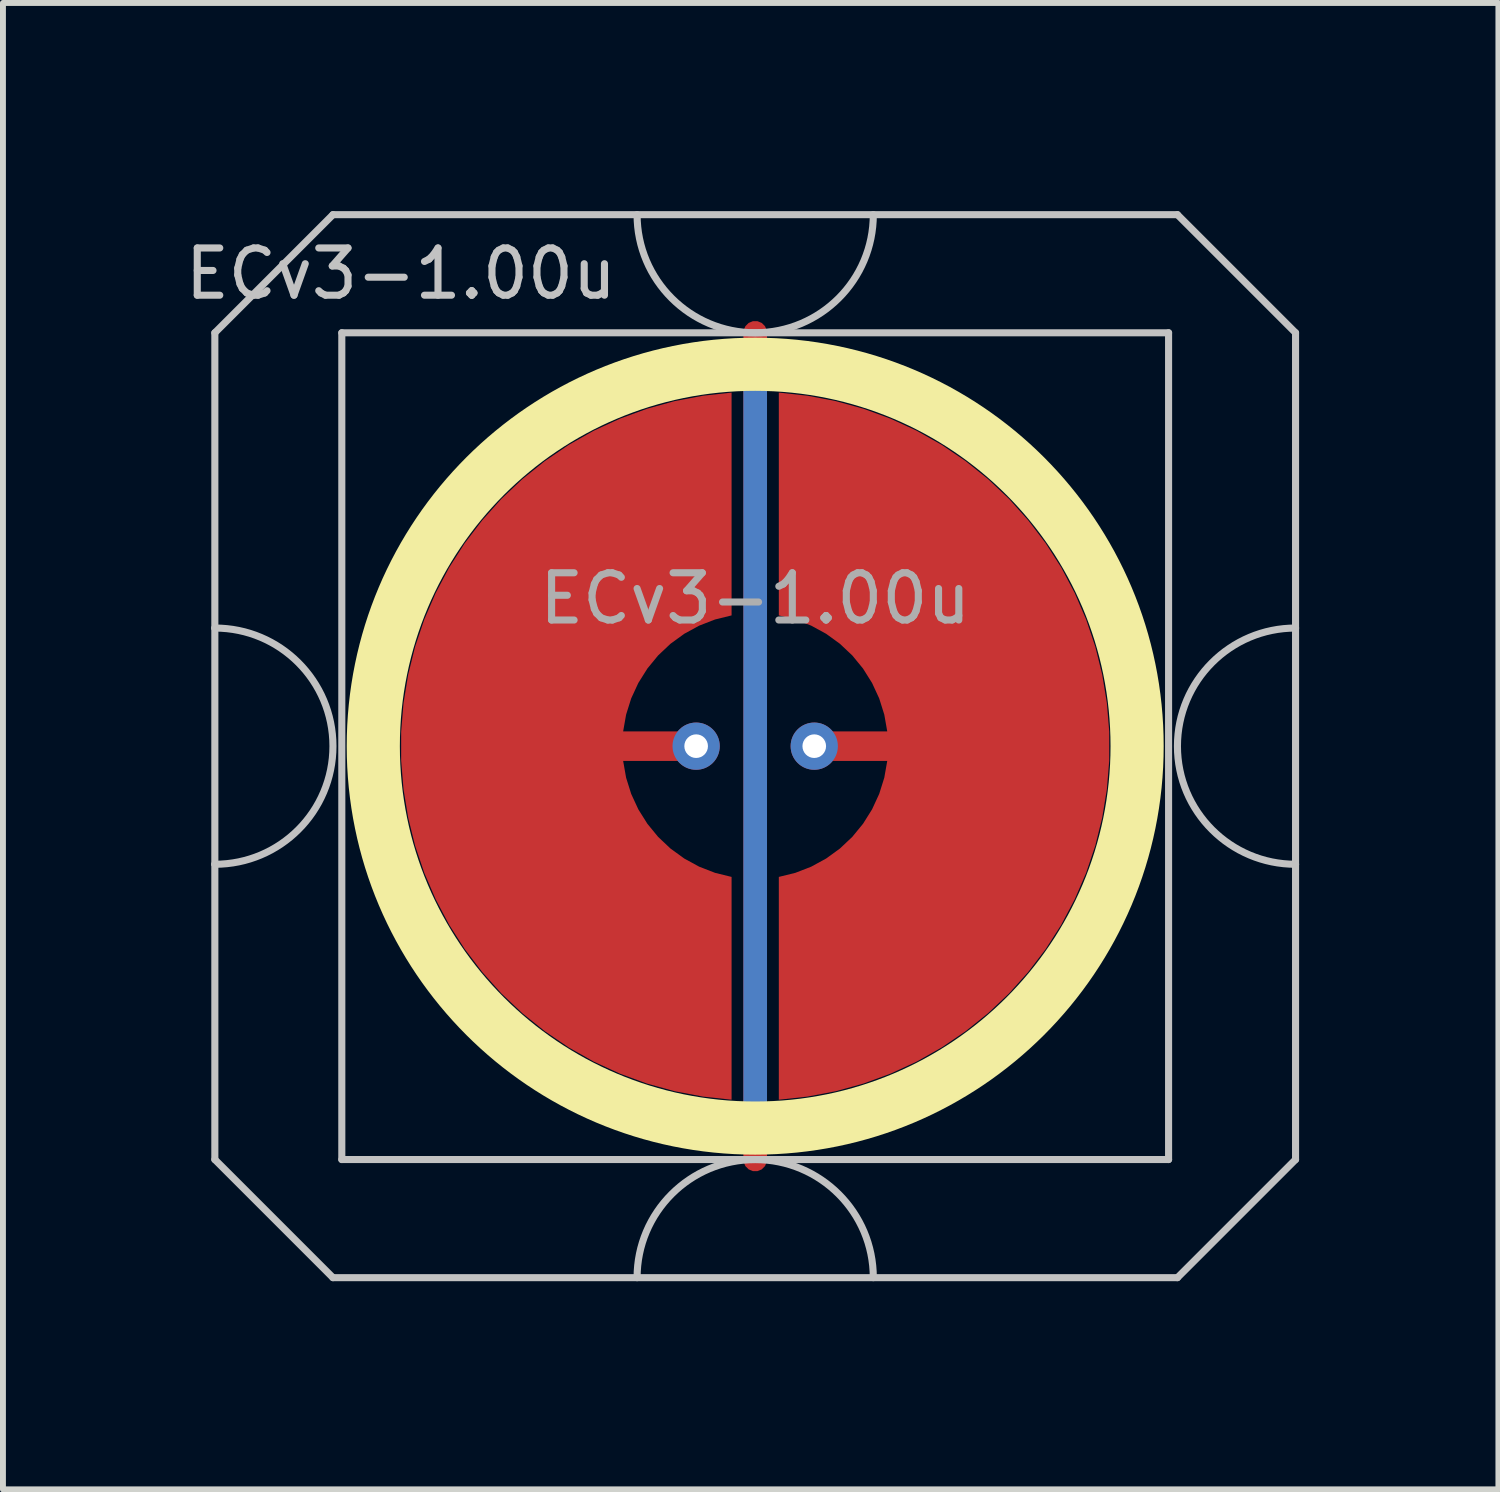
<source format=kicad_pcb>
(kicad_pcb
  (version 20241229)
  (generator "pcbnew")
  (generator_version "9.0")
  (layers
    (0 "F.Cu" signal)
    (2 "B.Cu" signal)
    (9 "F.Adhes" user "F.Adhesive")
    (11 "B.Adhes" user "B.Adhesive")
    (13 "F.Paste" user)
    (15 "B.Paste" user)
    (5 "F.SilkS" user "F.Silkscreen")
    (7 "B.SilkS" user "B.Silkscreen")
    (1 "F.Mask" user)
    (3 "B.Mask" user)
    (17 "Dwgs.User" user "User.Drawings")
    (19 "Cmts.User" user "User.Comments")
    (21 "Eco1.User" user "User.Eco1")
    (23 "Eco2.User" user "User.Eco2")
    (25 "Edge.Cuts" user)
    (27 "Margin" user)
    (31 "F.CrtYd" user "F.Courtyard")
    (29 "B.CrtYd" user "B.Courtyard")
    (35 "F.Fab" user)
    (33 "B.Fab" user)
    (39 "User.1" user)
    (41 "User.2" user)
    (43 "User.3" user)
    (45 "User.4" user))
  (footprint "ECv3-1.00u"
    (layer "F.Cu")
    (at 9.738 9.585)
    (property "Reference" "ECv3-1.00u" (at -6 -8 0) (layer "Dwgs.User") (effects (font (size 0.8 0.8) (thickness 0.12))))
    (attr through_hole exclude_from_pos_files exclude_from_bom)
    (fp_circle (center 0 0) (end 6.467 0) (stroke (width 0.9) (type solid)) (fill no) (layer "F.SilkS"))
    (fp_line (start -9.15 -7) (end -9.15 -2) (stroke (width 0.12) (type solid)) (layer "Dwgs.User"))
    (fp_line (start -9.15 -2) (end -9.15 2) (stroke (width 0.12) (type solid)) (layer "Dwgs.User"))
    (fp_line (start -9.15 2) (end -9.15 7) (stroke (width 0.12) (type solid)) (layer "Dwgs.User"))
    (fp_line (start -9.15 7) (end -7.15 9) (stroke (width 0.12) (type solid)) (layer "Dwgs.User"))
    (fp_line (start -7.15 -9) (end -9.15 -7) (stroke (width 0.12) (type solid)) (layer "Dwgs.User"))
    (fp_line (start -7.15 9) (end 7.15 9) (stroke (width 0.12) (type solid)) (layer "Dwgs.User"))
    (fp_line (start -7 -7) (end -7 7) (stroke (width 0.12) (type solid)) (layer "Dwgs.User"))
    (fp_line (start -7 7) (end 7 7) (stroke (width 0.12) (type solid)) (layer "Dwgs.User"))
    (fp_line (start 7 -7) (end -7 -7) (stroke (width 0.12) (type solid)) (layer "Dwgs.User"))
    (fp_line (start 7 7) (end 7 -7) (stroke (width 0.12) (type solid)) (layer "Dwgs.User"))
    (fp_line (start 7.15 -9) (end -7.15 -9) (stroke (width 0.12) (type solid)) (layer "Dwgs.User"))
    (fp_line (start 7.15 -9) (end 9.15 -7) (stroke (width 0.12) (type solid)) (layer "Dwgs.User"))
    (fp_line (start 7.15 9) (end 9.15 7) (stroke (width 0.12) (type solid)) (layer "Dwgs.User"))
    (fp_line (start 9.15 -2) (end 9.15 -7) (stroke (width 0.12) (type solid)) (layer "Dwgs.User"))
    (fp_line (start 9.15 -2) (end 9.15 2) (stroke (width 0.12) (type solid)) (layer "Dwgs.User"))
    (fp_line (start 9.15 7) (end 9.15 2) (stroke (width 0.12) (type solid)) (layer "Dwgs.User"))
    (fp_arc (start -9.15 -2) (mid -7.15 0) (end -9.15 2) (stroke (width 0.12) (type solid)) (layer "Dwgs.User"))
    (fp_arc (start -2 9) (mid 0 7) (end 2 9) (stroke (width 0.12) (type solid)) (layer "Dwgs.User"))
    (fp_arc (start 2 -9) (mid 0 -7) (end -2 -9) (stroke (width 0.12) (type solid)) (layer "Dwgs.User"))
    (fp_arc (start 9.15 2) (mid 7.15 0) (end 9.15 -2) (stroke (width 0.12) (type solid)) (layer "Dwgs.User"))
    (fp_line (start -9.525 -9.525) (end -9.525 9.525) (stroke (width 0.12) (type solid)) (layer "User.2"))
    (fp_line (start -9.525 -9.525) (end 9.525 -9.525) (stroke (width 0.12) (type solid)) (layer "User.2"))
    (fp_line (start -9.525 9.525) (end 9.525 9.525) (stroke (width 0.12) (type solid)) (layer "User.2"))
    (fp_line (start 9.525 -9.525) (end 9.525 9.525) (stroke (width 0.12) (type solid)) (layer "User.2"))
    (fp_text user "${REFERENCE}" (at 0 -2.5 0) (layer "F.Fab") (effects (font (size 0.8 0.8) (thickness 0.12))))
    (pad "1" smd custom (at -1 0) (size 0.4 0.4) (layers "F.Cu") (options (anchor circle)) (primitives (gr_poly (pts (xy 0.6 -2.214) (xy 0.32 -2.145) (xy 0.052 -2.041) (xy -0.201 -1.903) (xy -0.434 -1.734) (xy -0.644 -1.536) (xy -0.826 -1.314) (xy -0.979 -1.07) (xy -1.1 -0.808) (xy -1.186 -0.534) (xy -1.236 -0.25) (xy 0 -0.25) (xy 0.096 -0.231) (xy 0.177 -0.177) (xy 0.231 -0.096) (xy 0.25 0) (xy 0.231 0.096) (xy 0.177 0.177) (xy 0.096 0.231) (xy 0 0.25) (xy -1.236 0.25) (xy -1.186 0.534) (xy -1.1 0.808) (xy -0.979 1.07) (xy -0.826 1.314) (xy -0.644 1.536) (xy -0.434 1.734) (xy -0.201 1.903) (xy 0.052 2.041) (xy 0.32 2.145) (xy 0.6 2.214) (xy 0.6 5.987) (xy 0.115 5.934) (xy -0.364 5.843) (xy -0.834 5.713) (xy -1.292 5.545) (xy -1.735 5.341) (xy -2.159 5.101) (xy -2.563 4.827) (xy -2.943 4.522) (xy -3.298 4.187) (xy -3.623 3.824) (xy -3.919 3.436) (xy -4.182 3.025) (xy -4.41 2.594) (xy -4.603 2.147) (xy -4.759 1.684) (xy -4.876 1.211) (xy -4.955 0.73) (xy -4.995 0.244) (xy -4.995 -0.244) (xy -4.955 -0.73) (xy -4.876 -1.211) (xy -4.759 -1.684) (xy -4.603 -2.147) (xy -4.41 -2.594) (xy -4.182 -3.025) (xy -3.919 -3.436) (xy -3.623 -3.824) (xy -3.298 -4.187) (xy -2.943 -4.522) (xy -2.563 -4.827) (xy -2.159 -5.101) (xy -1.735 -5.341) (xy -1.292 -5.545) (xy -0.834 -5.713) (xy -0.364 -5.843) (xy 0.115 -5.934) (xy 0.6 -5.987)) (width 0) (fill yes))))
    (pad "1" thru_hole circle (at -1 0) (size 0.8 0.8) (drill 0.4) (layers "*.Cu"))
    (pad "2" smd custom (at 1 0 180) (size 0.4 0.4) (layers "F.Cu") (options (anchor circle)) (primitives (gr_poly (pts (xy 0.6 -2.214) (xy 0.32 -2.145) (xy 0.052 -2.041) (xy -0.201 -1.903) (xy -0.434 -1.734) (xy -0.644 -1.536) (xy -0.826 -1.314) (xy -0.979 -1.07) (xy -1.1 -0.808) (xy -1.186 -0.534) (xy -1.236 -0.25) (xy 0 -0.25) (xy 0.096 -0.231) (xy 0.177 -0.177) (xy 0.231 -0.096) (xy 0.25 0) (xy 0.231 0.096) (xy 0.177 0.177) (xy 0.096 0.231) (xy 0 0.25) (xy -1.236 0.25) (xy -1.186 0.534) (xy -1.1 0.808) (xy -0.979 1.07) (xy -0.826 1.314) (xy -0.644 1.536) (xy -0.434 1.734) (xy -0.201 1.903) (xy 0.052 2.041) (xy 0.32 2.145) (xy 0.6 2.214) (xy 0.6 5.987) (xy 0.115 5.934) (xy -0.364 5.843) (xy -0.834 5.713) (xy -1.292 5.545) (xy -1.735 5.341) (xy -2.159 5.101) (xy -2.563 4.827) (xy -2.943 4.522) (xy -3.298 4.187) (xy -3.623 3.824) (xy -3.919 3.436) (xy -4.182 3.025) (xy -4.41 2.594) (xy -4.603 2.147) (xy -4.759 1.684) (xy -4.876 1.211) (xy -4.955 0.73) (xy -4.995 0.244) (xy -4.995 -0.244) (xy -4.955 -0.73) (xy -4.876 -1.211) (xy -4.759 -1.684) (xy -4.603 -2.147) (xy -4.41 -2.594) (xy -4.182 -3.025) (xy -3.919 -3.436) (xy -3.623 -3.824) (xy -3.298 -4.187) (xy -2.943 -4.522) (xy -2.563 -4.827) (xy -2.159 -5.101) (xy -1.735 -5.341) (xy -1.292 -5.545) (xy -0.834 -5.713) (xy -0.364 -5.843) (xy 0.115 -5.934) (xy 0.6 -5.987)) (width 0) (fill yes))))
    (pad "2" thru_hole circle (at 1 0) (size 0.8 0.8) (drill 0.4) (layers "*.Cu"))
    (pad "3" smd custom (at 0 0) (size 0.4 0.4) (layers "F.Cu") (options (anchor rect)) (primitives (gr_line (start 0 -7) (end 0 7) (width 0.4))))
    (pad "3" smd custom (at 0 0) (size 0.4 0.4) (layers "B.Cu") (options (anchor rect)) (primitives (gr_line (start 0 -6.5) (end 0 6.5) (width 0.4))))
    (zone (net_name "") (layer "F.Cu") (hatch edge 0.508) (connect_pads) (min_thickness 0.254) (filled_areas_thickness no) (keepout (tracks allowed) (vias allowed) (pads allowed) (copperpour not_allowed) (footprints allowed)) (placement (enabled no)) (fill) (polygon (pts (xy 16.743 9.585) (xy 16.724 9.072) (xy 16.668 8.562) (xy 16.574 8.057) (xy 16.444 7.56) (xy 16.278 7.075) (xy 16.076 6.602) (xy 15.841 6.146) (xy 15.573 5.709) (xy 15.273 5.292) (xy 14.944 4.898) (xy 14.586 4.529) (xy 14.203 4.188) (xy 13.796 3.875) (xy 13.367 3.593) (xy 12.918 3.344) (xy 12.453 3.127) (xy 11.972 2.946) (xy 11.48 2.8) (xy 10.979 2.691) (xy 10.47 2.618) (xy 9.958 2.584) (xy 9.445 2.586) (xy 8.933 2.627) (xy 8.426 2.704) (xy 7.925 2.819) (xy 7.434 2.97) (xy 6.956 3.156) (xy 6.493 3.377) (xy 6.047 3.632) (xy 5.621 3.918) (xy 5.217 4.235) (xy 4.837 4.58) (xy 4.484 4.953) (xy 4.158 5.35) (xy 3.863 5.77) (xy 3.6 6.21) (xy 3.369 6.669) (xy 3.173 7.143) (xy 3.011 7.631) (xy 2.886 8.129) (xy 2.798 8.634) (xy 2.747 9.145) (xy 2.734 9.658) (xy 2.758 10.171) (xy 2.819 10.681) (xy 2.918 11.185) (xy 3.054 11.68) (xy 3.225 12.164) (xy 3.431 12.634) (xy 3.672 13.087) (xy 3.944 13.522) (xy 4.248 13.936) (xy 4.582 14.326) (xy 4.943 14.691) (xy 5.33 15.029) (xy 5.74 15.337) (xy 6.172 15.614) (xy 6.623 15.859) (xy 7.091 16.071) (xy 7.573 16.247) (xy 8.067 16.388) (xy 8.57 16.492) (xy 9.079 16.559) (xy 9.591 16.588) (xy 10.105 16.58) (xy 10.616 16.535) (xy 11.123 16.452) (xy 11.622 16.332) (xy 12.111 16.176) (xy 12.587 15.984) (xy 13.048 15.758) (xy 13.492 15.499) (xy 13.915 15.209) (xy 14.315 14.888) (xy 14.691 14.538) (xy 15.041 14.162) (xy 15.362 13.761) (xy 15.653 13.338) (xy 15.912 12.895) (xy 16.137 12.434) (xy 16.329 11.958) (xy 16.485 11.469) (xy 16.605 10.97) (xy 16.688 10.463) (xy 16.733 9.952))))
    (zone (net_name "") (layer "B.Cu") (hatch edge 0.508) (connect_pads) (min_thickness 0.254) (filled_areas_thickness no) (keepout (tracks allowed) (vias allowed) (pads allowed) (copperpour not_allowed) (footprints allowed)) (placement (enabled no)) (fill) (polygon (pts (xy 16.296 9.585) (xy 16.276 9.07) (xy 16.216 8.559) (xy 16.115 8.054) (xy 15.975 7.558) (xy 15.797 7.075) (xy 15.582 6.608) (xy 15.33 6.158) (xy 15.044 5.73) (xy 14.725 5.326) (xy 14.375 4.948) (xy 13.997 4.598) (xy 13.593 4.279) (xy 13.165 3.993) (xy 12.715 3.742) (xy 12.248 3.526) (xy 11.765 3.348) (xy 11.269 3.208) (xy 10.764 3.107) (xy 10.253 3.047) (xy 9.738 3.027) (xy 9.224 3.047) (xy 8.712 3.107) (xy 8.207 3.208) (xy 7.711 3.348) (xy 7.228 3.526) (xy 6.761 3.742) (xy 6.311 3.993) (xy 5.883 4.279) (xy 5.479 4.598) (xy 5.101 4.948) (xy 4.751 5.326) (xy 4.432 5.73) (xy 4.146 6.158) (xy 3.895 6.608) (xy 3.679 7.075) (xy 3.501 7.558) (xy 3.361 8.054) (xy 3.261 8.559) (xy 3.2 9.07) (xy 3.18 9.585) (xy 3.2 10.1) (xy 3.261 10.611) (xy 3.361 11.116) (xy 3.501 11.612) (xy 3.679 12.095) (xy 3.895 12.562) (xy 4.146 13.012) (xy 4.432 13.44) (xy 4.751 13.844) (xy 5.101 14.222) (xy 5.479 14.572) (xy 5.883 14.891) (xy 6.311 15.177) (xy 6.761 15.428) (xy 7.228 15.644) (xy 7.711 15.822) (xy 8.207 15.962) (xy 8.712 16.063) (xy 9.224 16.123) (xy 9.738 16.143) (xy 10.253 16.123) (xy 10.764 16.063) (xy 11.269 15.962) (xy 11.765 15.822) (xy 12.248 15.644) (xy 12.715 15.428) (xy 13.165 15.177) (xy 13.593 14.891) (xy 13.997 14.572) (xy 14.375 14.222) (xy 14.725 13.844) (xy 15.044 13.44) (xy 15.33 13.012) (xy 15.582 12.562) (xy 15.797 12.095) (xy 15.975 11.612) (xy 16.115 11.116) (xy 16.216 10.611) (xy 16.276 10.1)))))
  (gr_rect
    (start -3 -3)
    (end 22.323 22.17)
    (stroke (width 0.1) (type default))
    (fill no)
    (layer "Edge.Cuts")))
</source>
